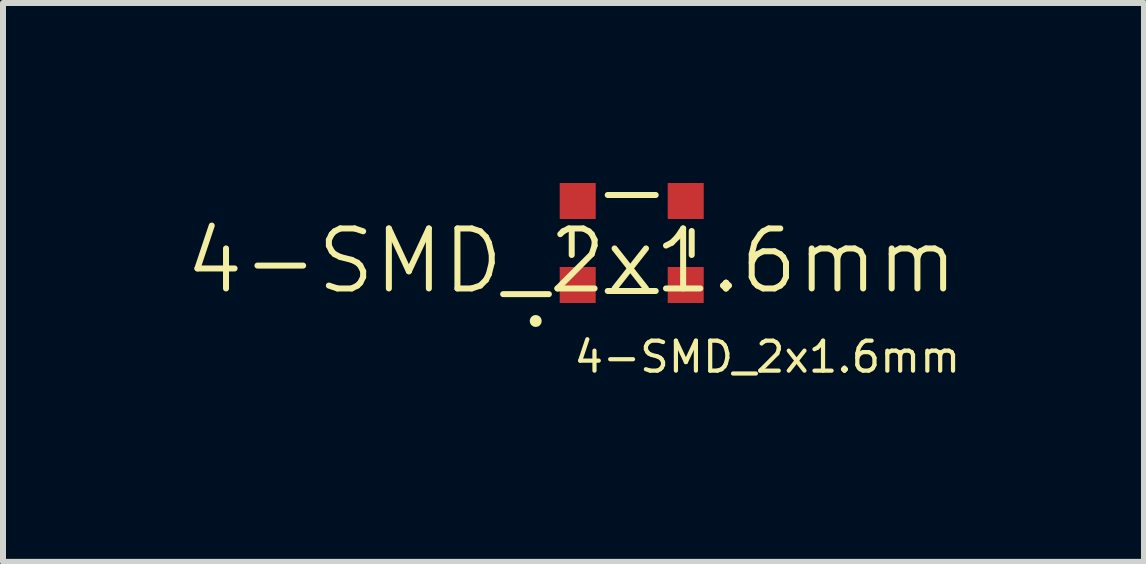
<source format=kicad_pcb>
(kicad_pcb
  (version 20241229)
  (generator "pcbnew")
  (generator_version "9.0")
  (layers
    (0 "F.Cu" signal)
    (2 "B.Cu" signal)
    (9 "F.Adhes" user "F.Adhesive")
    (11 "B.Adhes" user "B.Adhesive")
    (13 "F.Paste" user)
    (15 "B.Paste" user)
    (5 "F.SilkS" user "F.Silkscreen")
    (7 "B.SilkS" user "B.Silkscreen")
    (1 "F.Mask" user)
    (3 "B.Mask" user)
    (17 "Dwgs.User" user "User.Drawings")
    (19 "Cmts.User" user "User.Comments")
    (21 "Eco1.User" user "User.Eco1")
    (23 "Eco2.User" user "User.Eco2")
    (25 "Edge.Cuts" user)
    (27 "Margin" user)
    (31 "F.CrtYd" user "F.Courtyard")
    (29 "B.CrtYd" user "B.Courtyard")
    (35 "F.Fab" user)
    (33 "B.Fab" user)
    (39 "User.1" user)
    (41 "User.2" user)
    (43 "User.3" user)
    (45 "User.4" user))
  (footprint "4-SMD_2x1.6mm"
    (layer "F.Cu")
    (at 6.479 1.8)
    (property "Reference" "4-SMD_2x1.6mm" (at 0 -0.5 0) (unlocked yes) (layer "F.SilkS") (effects (font (size 1 1) (thickness 0.1))))
    (attr smd)
    (fp_line (start 0 -1) (end 0 -0.6) (stroke (width 0.1) (type default)) (layer "F.SilkS"))
    (fp_line (start 0.6 0) (end 1.4 0) (stroke (width 0.1) (type default)) (layer "F.SilkS"))
    (fp_line (start 1.4 -1.6) (end 0.6 -1.6) (stroke (width 0.1) (type default)) (layer "F.SilkS"))
    (fp_line (start 2 -0.6) (end 2 -1) (stroke (width 0.1) (type default)) (layer "F.SilkS"))
    (fp_circle (center -0.6 0.5) (end -0.55 0.5) (stroke (width 0.1) (type solid)) (fill no) (layer "F.SilkS"))
    (fp_text user "${REFERENCE}" (at 0 1.1 0) (unlocked yes) (layer "F.SilkS") (effects (font (size 0.5 0.5) (thickness 0.07)) (justify left)))
    (pad "1" smd rect (at 0.1 -0.1) (size 0.6 0.6) (layers "F.Cu" "F.Mask" "F.Paste"))
    (pad "2" smd rect (at 0.1 -1.5) (size 0.6 0.6) (layers "F.Cu" "F.Mask" "F.Paste"))
    (pad "2" smd rect (at 1.9 -0.1) (size 0.6 0.6) (layers "F.Cu" "F.Mask" "F.Paste"))
    (pad "3" smd rect (at 1.9 -1.5) (size 0.6 0.6) (layers "F.Cu" "F.Mask" "F.Paste")))
  (gr_rect
    (start -3 -3)
    (end 16.017 6.315)
    (stroke (width 0.1) (type default))
    (fill no)
    (layer "Edge.Cuts")))
</source>
